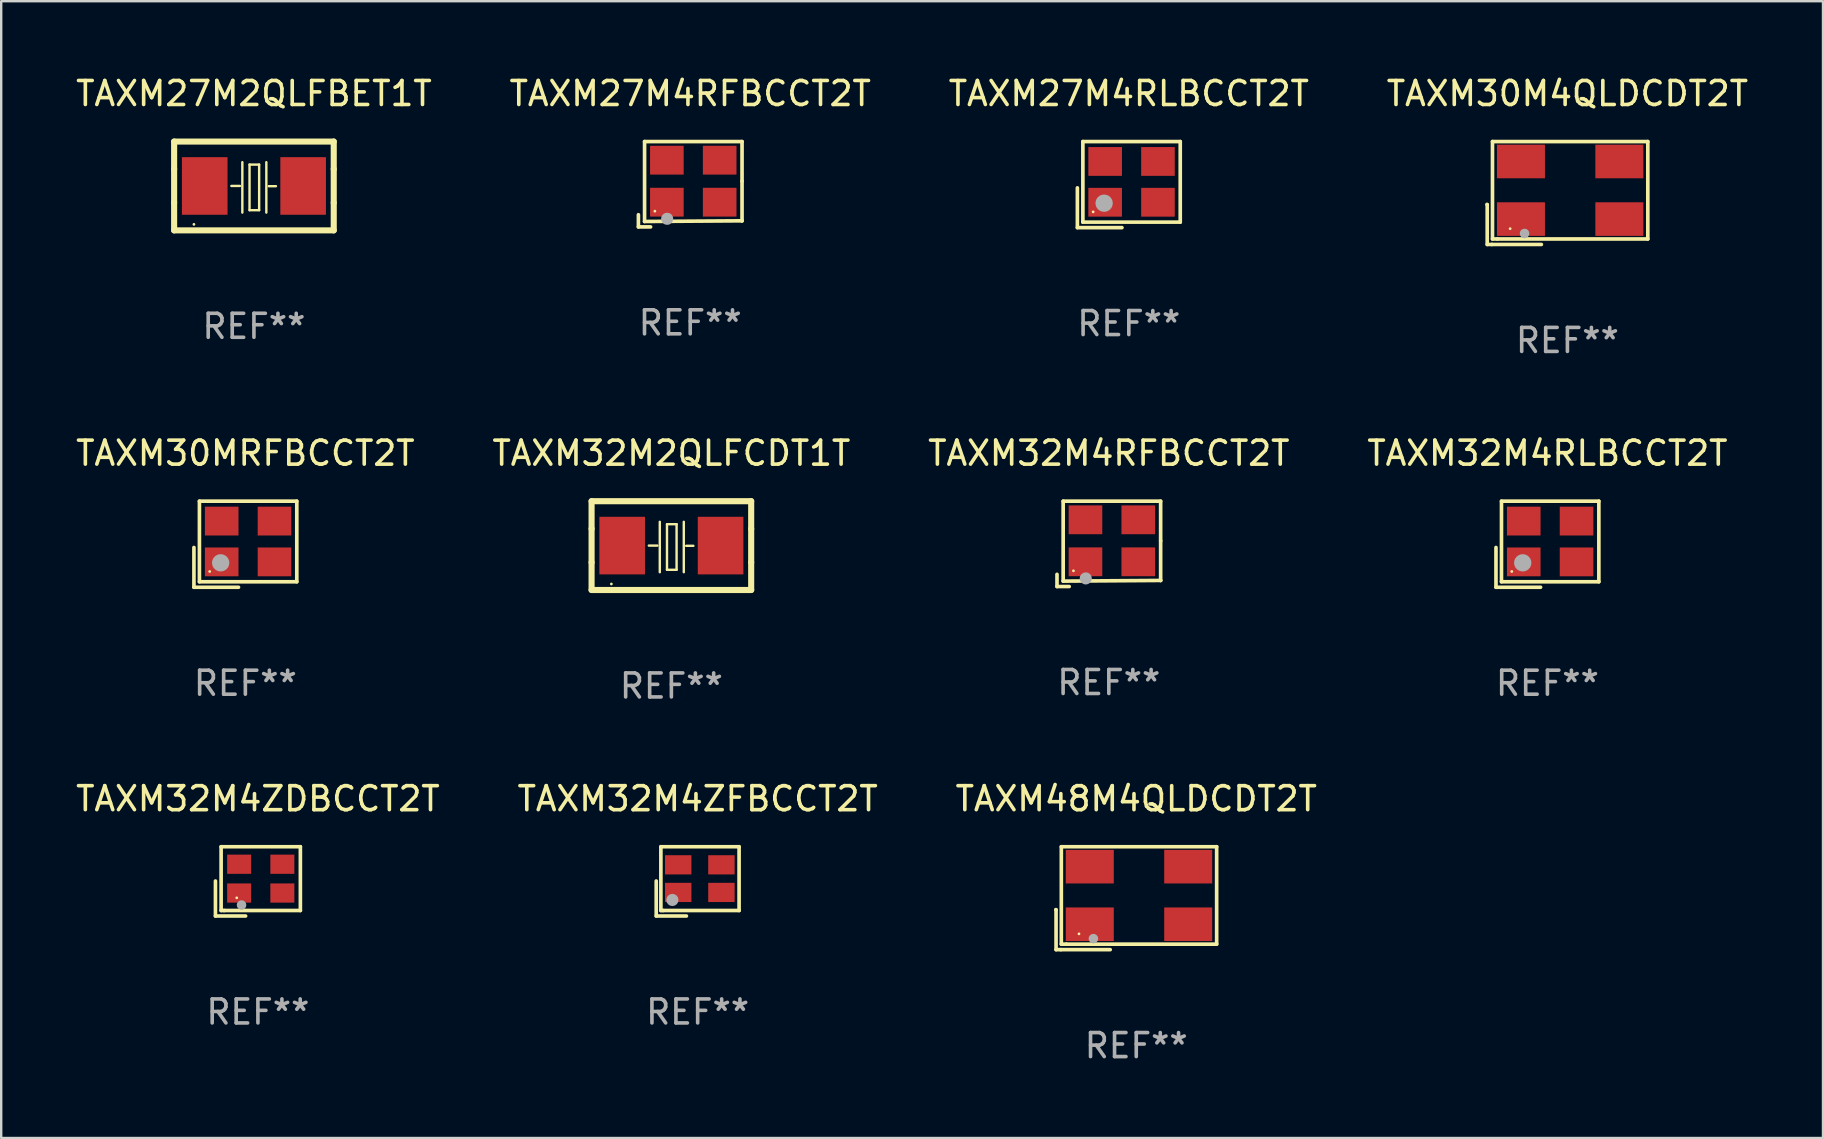
<source format=kicad_pcb>
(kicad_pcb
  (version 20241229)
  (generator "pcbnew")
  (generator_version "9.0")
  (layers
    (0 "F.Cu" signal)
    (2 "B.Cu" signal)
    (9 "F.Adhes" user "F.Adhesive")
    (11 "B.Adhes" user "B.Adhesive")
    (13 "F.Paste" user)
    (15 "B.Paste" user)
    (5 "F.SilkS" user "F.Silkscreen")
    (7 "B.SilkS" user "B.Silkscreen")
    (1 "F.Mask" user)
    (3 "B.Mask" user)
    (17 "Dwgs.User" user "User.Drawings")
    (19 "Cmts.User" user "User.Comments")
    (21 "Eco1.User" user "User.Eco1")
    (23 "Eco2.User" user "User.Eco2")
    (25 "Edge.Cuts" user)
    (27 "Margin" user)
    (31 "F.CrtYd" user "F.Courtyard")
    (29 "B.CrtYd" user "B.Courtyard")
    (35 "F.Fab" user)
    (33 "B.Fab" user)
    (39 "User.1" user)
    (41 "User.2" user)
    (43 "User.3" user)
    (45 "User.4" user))
  (footprint "TAXM32M4RFBCCT2T"
    (layer "F.Cu")
    (at 43.149 19.61)
    (property "Reference" "TAXM32M4RFBCCT2T" (at 0 -3.778 0) (layer "F.SilkS") (effects (font (size 1 1) (thickness 0.15))))
    (attr through_hole)
    (fp_line (start -2.159 1.27) (end -2.159 1.778) (stroke (width 0.152) (type solid)) (layer "F.SilkS"))
    (fp_line (start -2.159 1.778) (end -1.651 1.778) (stroke (width 0.152) (type solid)) (layer "F.SilkS"))
    (fp_line (start -1.902 -1.778) (end 2.159 -1.778) (stroke (width 0.152) (type solid)) (layer "F.SilkS"))
    (fp_line (start -1.902 1.552) (end -1.902 -1.778) (stroke (width 0.152) (type solid)) (layer "F.SilkS"))
    (fp_line (start 2.159 -1.778) (end 2.159 -0.127) (stroke (width 0.152) (type solid)) (layer "F.SilkS"))
    (fp_line (start 2.159 -0.127) (end 2.159 1.524) (stroke (width 0.152) (type solid)) (layer "F.SilkS"))
    (fp_line (start 2.159 1.524) (end -1.902 1.552) (stroke (width 0.152) (type solid)) (layer "F.SilkS"))
    (fp_line (start 2.159 1.524) (end 2.159 1.524) (stroke (width 0.152) (type solid)) (layer "F.SilkS"))
    (fp_circle (center -1.473 1.123) (end -1.443 1.123) (stroke (width 0.06) (type solid)) (fill no) (layer "F.SilkS"))
    (fp_circle (center -0.961 1.44) (end -0.834 1.44) (stroke (width 0.254) (type solid)) (fill no) (layer "F.Fab"))
    (fp_text user "REF**" (at 0 5.778 0) (layer "F.Fab") (effects (font (size 1 1) (thickness 0.15))))
    (pad "1" smd rect (at -0.973 0.748) (size 1.4 1.2) (layers "F.Cu" "F.Mask" "F.Paste"))
    (pad "2" smd rect (at 1.227 0.748) (size 1.4 1.2) (layers "F.Cu" "F.Mask" "F.Paste"))
    (pad "3" smd rect (at 1.227 -1.002) (size 1.4 1.2) (layers "F.Cu" "F.Mask" "F.Paste"))
    (pad "4" smd rect (at -0.973 -1.002) (size 1.4 1.2) (layers "F.Cu" "F.Mask" "F.Paste")))
  (footprint "TAXM27M2QLFBET1T"
    (layer "F.Cu")
    (at 7.53 4.698)
    (property "Reference" "TAXM27M2QLFBET1T" (at 0 -3.85 0) (layer "F.SilkS") (effects (font (size 1 1) (thickness 0.15))))
    (attr through_hole)
    (fp_line (start -3.325 0.7) (end -3.325 -0.7) (stroke (width 0.254) (type solid)) (layer "F.SilkS"))
    (fp_line (start -3.325 -1.85) (end 3.325 -1.85) (stroke (width 0.254) (type solid)) (layer "F.SilkS"))
    (fp_line (start -3.325 -0.7) (end -3.325 -1.85) (stroke (width 0.254) (type solid)) (layer "F.SilkS"))
    (fp_line (start -3.325 1.85) (end -3.325 0.7) (stroke (width 0.254) (type solid)) (layer "F.SilkS"))
    (fp_line (start -0.94 -0.000127) (end -0.584 -0.000127) (stroke (width 0.1) (type solid)) (layer "F.SilkS"))
    (fp_line (start -0.483 -0.991) (end -0.483 1.109) (stroke (width 0.1) (type solid)) (layer "F.SilkS"))
    (fp_line (start -0.183 -0.891) (end -0.183 1.009) (stroke (width 0.1) (type solid)) (layer "F.SilkS"))
    (fp_line (start -0.183 1.009) (end 0.217 1.009) (stroke (width 0.1) (type solid)) (layer "F.SilkS"))
    (fp_line (start 0.217 -0.891) (end -0.183 -0.891) (stroke (width 0.1) (type solid)) (layer "F.SilkS"))
    (fp_line (start 0.217 1.009) (end 0.217 -0.891) (stroke (width 0.1) (type solid)) (layer "F.SilkS"))
    (fp_line (start 0.517 -0.991) (end 0.517 1.109) (stroke (width 0.1) (type solid)) (layer "F.SilkS"))
    (fp_line (start 0.617 0.009) (end 0.917 0.009) (stroke (width 0.1) (type solid)) (layer "F.SilkS"))
    (fp_line (start 3.325 -1.85) (end 3.325 -0.7) (stroke (width 0.254) (type solid)) (layer "F.SilkS"))
    (fp_line (start 3.325 0.7) (end 3.325 1.85) (stroke (width 0.254) (type solid)) (layer "F.SilkS"))
    (fp_line (start 3.325 1.85) (end -3.325 1.85) (stroke (width 0.254) (type solid)) (layer "F.SilkS"))
    (fp_line (start 3.325 -0.7) (end 3.325 0.7) (stroke (width 0.254) (type solid)) (layer "F.SilkS"))
    (fp_circle (center -2.5 1.6) (end -2.47 1.6) (stroke (width 0.06) (type solid)) (fill no) (layer "F.SilkS"))
    (fp_text user "REF**" (at 0 5.85 0) (layer "F.Fab") (effects (font (size 1 1) (thickness 0.15))))
    (pad "1" smd rect (at -2.05 -0.000127) (size 1.9 2.4) (layers "F.Cu" "F.Mask" "F.Paste"))
    (pad "2" smd rect (at 2.05 -0.000127) (size 1.9 2.4) (layers "F.Cu" "F.Mask" "F.Paste")))
  (footprint "TAXM32M4ZFBCCT2T"
    (layer "F.Cu")
    (at 26.018 33.672)
    (property "Reference" "TAXM32M4ZFBCCT2T" (at 0 -3.443 0) (layer "F.SilkS") (effects (font (size 1 1) (thickness 0.15))))
    (attr through_hole)
    (fp_line (start -1.726 -0.015) (end -1.726 1.443) (stroke (width 0.152) (type solid)) (layer "F.SilkS"))
    (fp_line (start -1.726 1.443) (end -0.469 1.443) (stroke (width 0.152) (type solid)) (layer "F.SilkS"))
    (fp_line (start -1.533 -1.443) (end 1.726 -1.443) (stroke (width 0.152) (type solid)) (layer "F.SilkS"))
    (fp_line (start -1.533 1.214) (end -1.533 -1.443) (stroke (width 0.152) (type solid)) (layer "F.SilkS"))
    (fp_line (start -1.439 1.214) (end -1.533 1.214) (stroke (width 0.152) (type solid)) (layer "F.SilkS"))
    (fp_line (start 1.726 -1.443) (end 1.726 1.214) (stroke (width 0.152) (type solid)) (layer "F.SilkS"))
    (fp_line (start 1.726 1.214) (end -1.439 1.214) (stroke (width 0.152) (type solid)) (layer "F.SilkS"))
    (fp_circle (center -0.91 0.686) (end -0.88 0.686) (stroke (width 0.06) (type solid)) (fill no) (layer "F.SilkS"))
    (fp_circle (center -1.053 0.775) (end -0.926 0.775) (stroke (width 0.254) (type solid)) (fill no) (layer "F.Fab"))
    (fp_text user "REF**" (at 0 5.443 0) (layer "F.Fab") (effects (font (size 1 1) (thickness 0.15))))
    (pad "1" smd rect (at -0.81 0.461) (size 1.1 0.8) (layers "F.Cu" "F.Mask" "F.Paste"))
    (pad "2" smd rect (at 0.99 0.461) (size 1.1 0.8) (layers "F.Cu" "F.Mask" "F.Paste"))
    (pad "3" smd rect (at 0.99 -0.689) (size 1.1 0.8) (layers "F.Cu" "F.Mask" "F.Paste"))
    (pad "4" smd rect (at -0.81 -0.689) (size 1.1 0.8) (layers "F.Cu" "F.Mask" "F.Paste")))
  (footprint "TAXM32M2QLFCDT1T"
    (layer "F.Cu")
    (at 24.923 19.682)
    (property "Reference" "TAXM32M2QLFCDT1T" (at 0 -3.85 0) (layer "F.SilkS") (effects (font (size 1 1) (thickness 0.15))))
    (attr through_hole)
    (fp_line (start -3.325 0.7) (end -3.325 -0.7) (stroke (width 0.254) (type solid)) (layer "F.SilkS"))
    (fp_line (start -3.325 -1.85) (end 3.325 -1.85) (stroke (width 0.254) (type solid)) (layer "F.SilkS"))
    (fp_line (start -3.325 -0.7) (end -3.325 -1.85) (stroke (width 0.254) (type solid)) (layer "F.SilkS"))
    (fp_line (start -3.325 1.85) (end -3.325 0.7) (stroke (width 0.254) (type solid)) (layer "F.SilkS"))
    (fp_line (start -0.94 -0.000127) (end -0.584 -0.000127) (stroke (width 0.1) (type solid)) (layer "F.SilkS"))
    (fp_line (start -0.483 -0.991) (end -0.483 1.109) (stroke (width 0.1) (type solid)) (layer "F.SilkS"))
    (fp_line (start -0.183 -0.891) (end -0.183 1.009) (stroke (width 0.1) (type solid)) (layer "F.SilkS"))
    (fp_line (start -0.183 1.009) (end 0.217 1.009) (stroke (width 0.1) (type solid)) (layer "F.SilkS"))
    (fp_line (start 0.217 -0.891) (end -0.183 -0.891) (stroke (width 0.1) (type solid)) (layer "F.SilkS"))
    (fp_line (start 0.217 1.009) (end 0.217 -0.891) (stroke (width 0.1) (type solid)) (layer "F.SilkS"))
    (fp_line (start 0.517 -0.991) (end 0.517 1.109) (stroke (width 0.1) (type solid)) (layer "F.SilkS"))
    (fp_line (start 0.617 0.009) (end 0.917 0.009) (stroke (width 0.1) (type solid)) (layer "F.SilkS"))
    (fp_line (start 3.325 -1.85) (end 3.325 -0.7) (stroke (width 0.254) (type solid)) (layer "F.SilkS"))
    (fp_line (start 3.325 0.7) (end 3.325 1.85) (stroke (width 0.254) (type solid)) (layer "F.SilkS"))
    (fp_line (start 3.325 1.85) (end -3.325 1.85) (stroke (width 0.254) (type solid)) (layer "F.SilkS"))
    (fp_line (start 3.325 -0.7) (end 3.325 0.7) (stroke (width 0.254) (type solid)) (layer "F.SilkS"))
    (fp_circle (center -2.5 1.6) (end -2.47 1.6) (stroke (width 0.06) (type solid)) (fill no) (layer "F.SilkS"))
    (fp_text user "REF**" (at 0 5.85 0) (layer "F.Fab") (effects (font (size 1 1) (thickness 0.15))))
    (pad "1" smd rect (at -2.05 -0.000203) (size 1.9 2.4) (layers "F.Cu" "F.Mask" "F.Paste"))
    (pad "2" smd rect (at 2.05 -0.000203) (size 1.9 2.4) (layers "F.Cu" "F.Mask" "F.Paste")))
  (footprint "TAXM30M4QLDCDT2T"
    (layer "F.Cu")
    (at 62.256 4.992)
    (property "Reference" "TAXM30M4QLDCDT2T" (at 0 -4.144 0) (layer "F.SilkS") (effects (font (size 1 1) (thickness 0.15))))
    (attr through_hole)
    (fp_line (start -3.35 0.476) (end -3.341 0.485) (stroke (width 0.152) (type solid)) (layer "F.SilkS"))
    (fp_line (start -3.341 0.485) (end -3.341 2.144) (stroke (width 0.152) (type solid)) (layer "F.SilkS"))
    (fp_line (start -3.341 2.144) (end -3.143 2.144) (stroke (width 0.152) (type solid)) (layer "F.SilkS"))
    (fp_line (start -3.143 2.144) (end -1.085 2.144) (stroke (width 0.152) (type solid)) (layer "F.SilkS"))
    (fp_line (start -3.122 -2.144) (end 3.35 -2.144) (stroke (width 0.152) (type solid)) (layer "F.SilkS"))
    (fp_line (start -3.122 1.915) (end -3.122 -2.144) (stroke (width 0.152) (type solid)) (layer "F.SilkS"))
    (fp_line (start -2.914 1.915) (end -3.122 1.915) (stroke (width 0.152) (type solid)) (layer "F.SilkS"))
    (fp_line (start 3.35 -2.144) (end 3.35 1.915) (stroke (width 0.152) (type solid)) (layer "F.SilkS"))
    (fp_line (start 3.35 1.915) (end -2.914 1.915) (stroke (width 0.152) (type solid)) (layer "F.SilkS"))
    (fp_circle (center -2.386 1.486) (end -2.356 1.486) (stroke (width 0.06) (type solid)) (fill no) (layer "F.SilkS"))
    (fp_circle (center -1.786 1.686) (end -1.686 1.686) (stroke (width 0.2) (type solid)) (fill no) (layer "F.Fab"))
    (fp_text user "REF**" (at 0 6.144 0) (layer "F.Fab") (effects (font (size 1 1) (thickness 0.15))))
    (pad "1" smd rect (at -1.936 1.086) (size 2 1.4) (layers "F.Cu" "F.Mask" "F.Paste"))
    (pad "2" smd rect (at 2.164 1.086) (size 2 1.4) (layers "F.Cu" "F.Mask" "F.Paste"))
    (pad "3" smd rect (at 2.164 -1.314) (size 2 1.4) (layers "F.Cu" "F.Mask" "F.Paste"))
    (pad "4" smd rect (at -1.936 -1.314) (size 2 1.4) (layers "F.Cu" "F.Mask" "F.Paste")))
  (footprint "TAXM30MRFBCCT2T"
    (layer "F.Cu")
    (at 7.173 19.625)
    (property "Reference" "TAXM30MRFBCCT2T" (at 0 -3.793 0) (layer "F.SilkS") (effects (font (size 1 1) (thickness 0.15))))
    (attr through_hole)
    (fp_line (start -2.143 0.136) (end -2.143 1.793) (stroke (width 0.152) (type solid)) (layer "F.SilkS"))
    (fp_line (start -2.143 1.793) (end -0.286 1.793) (stroke (width 0.152) (type solid)) (layer "F.SilkS"))
    (fp_line (start -1.914 -1.793) (end 2.143 -1.793) (stroke (width 0.152) (type solid)) (layer "F.SilkS"))
    (fp_line (start -1.914 1.564) (end -1.914 -1.793) (stroke (width 0.152) (type solid)) (layer "F.SilkS"))
    (fp_line (start 2.143 -1.793) (end 2.143 1.564) (stroke (width 0.152) (type solid)) (layer "F.SilkS"))
    (fp_line (start 2.143 1.564) (end -1.914 1.564) (stroke (width 0.152) (type solid)) (layer "F.SilkS"))
    (fp_circle (center -1.486 1.136) (end -1.456 1.136) (stroke (width 0.06) (type solid)) (fill no) (layer "F.SilkS"))
    (fp_circle (center -1.029 0.775) (end -0.849 0.775) (stroke (width 0.36) (type solid)) (fill no) (layer "F.Fab"))
    (fp_text user "REF**" (at 0 5.793 0) (layer "F.Fab") (effects (font (size 1 1) (thickness 0.15))))
    (pad "1" smd rect (at -0.986 0.736) (size 1.4 1.2) (layers "F.Cu" "F.Mask" "F.Paste"))
    (pad "2" smd rect (at 1.214 0.736) (size 1.4 1.2) (layers "F.Cu" "F.Mask" "F.Paste"))
    (pad "3" smd rect (at 1.214 -0.964) (size 1.4 1.2) (layers "F.Cu" "F.Mask" "F.Paste"))
    (pad "4" smd rect (at -0.986 -0.964) (size 1.4 1.2) (layers "F.Cu" "F.Mask" "F.Paste")))
  (footprint "TAXM32M4ZDBCCT2T"
    (layer "F.Cu")
    (at 7.696 33.672)
    (property "Reference" "TAXM32M4ZDBCCT2T" (at 0 -3.443 0) (layer "F.SilkS") (effects (font (size 1 1) (thickness 0.15))))
    (attr through_hole)
    (fp_line (start -1.769 -0.014) (end -1.769 1.443) (stroke (width 0.152) (type solid)) (layer "F.SilkS"))
    (fp_line (start -1.769 1.443) (end -0.512 1.443) (stroke (width 0.152) (type solid)) (layer "F.SilkS"))
    (fp_line (start -1.533 -1.443) (end 1.769 -1.443) (stroke (width 0.152) (type solid)) (layer "F.SilkS"))
    (fp_line (start -1.533 1.214) (end -1.533 -1.443) (stroke (width 0.152) (type solid)) (layer "F.SilkS"))
    (fp_line (start -1.411 1.214) (end -1.533 1.214) (stroke (width 0.152) (type solid)) (layer "F.SilkS"))
    (fp_line (start 1.769 -1.443) (end 1.769 1.214) (stroke (width 0.152) (type solid)) (layer "F.SilkS"))
    (fp_line (start 1.769 1.214) (end -1.411 1.214) (stroke (width 0.152) (type solid)) (layer "F.SilkS"))
    (fp_circle (center -0.882 0.686) (end -0.852 0.686) (stroke (width 0.06) (type solid)) (fill no) (layer "F.SilkS"))
    (fp_circle (center -0.682 0.986) (end -0.582 0.986) (stroke (width 0.2) (type solid)) (fill no) (layer "F.Fab"))
    (fp_text user "REF**" (at 0 5.443 0) (layer "F.Fab") (effects (font (size 1 1) (thickness 0.15))))
    (pad "1" smd rect (at -0.782 0.486 90) (size 0.8 1) (layers "F.Cu" "F.Mask" "F.Paste"))
    (pad "2" smd rect (at 1.018 0.486 90) (size 0.8 1) (layers "F.Cu" "F.Mask" "F.Paste"))
    (pad "3" smd rect (at 1.018 -0.714 90) (size 0.8 1) (layers "F.Cu" "F.Mask" "F.Paste"))
    (pad "4" smd rect (at -0.782 -0.714 90) (size 0.8 1) (layers "F.Cu" "F.Mask" "F.Paste")))
  (footprint "TAXM48M4QLDCDT2T"
    (layer "F.Cu")
    (at 44.292 34.373)
    (property "Reference" "TAXM48M4QLDCDT2T" (at 0 -4.144 0) (layer "F.SilkS") (effects (font (size 1 1) (thickness 0.15))))
    (attr through_hole)
    (fp_line (start -3.35 0.476) (end -3.341 0.485) (stroke (width 0.152) (type solid)) (layer "F.SilkS"))
    (fp_line (start -3.341 0.485) (end -3.341 2.144) (stroke (width 0.152) (type solid)) (layer "F.SilkS"))
    (fp_line (start -3.341 2.144) (end -3.143 2.144) (stroke (width 0.152) (type solid)) (layer "F.SilkS"))
    (fp_line (start -3.143 2.144) (end -1.085 2.144) (stroke (width 0.152) (type solid)) (layer "F.SilkS"))
    (fp_line (start -3.122 -2.144) (end 3.35 -2.144) (stroke (width 0.152) (type solid)) (layer "F.SilkS"))
    (fp_line (start -3.122 1.915) (end -3.122 -2.144) (stroke (width 0.152) (type solid)) (layer "F.SilkS"))
    (fp_line (start -2.914 1.915) (end -3.122 1.915) (stroke (width 0.152) (type solid)) (layer "F.SilkS"))
    (fp_line (start 3.35 -2.144) (end 3.35 1.915) (stroke (width 0.152) (type solid)) (layer "F.SilkS"))
    (fp_line (start 3.35 1.915) (end -2.914 1.915) (stroke (width 0.152) (type solid)) (layer "F.SilkS"))
    (fp_circle (center -2.386 1.486) (end -2.356 1.486) (stroke (width 0.06) (type solid)) (fill no) (layer "F.SilkS"))
    (fp_circle (center -1.786 1.686) (end -1.686 1.686) (stroke (width 0.2) (type solid)) (fill no) (layer "F.Fab"))
    (fp_text user "REF**" (at 0 6.144 0) (layer "F.Fab") (effects (font (size 1 1) (thickness 0.15))))
    (pad "1" smd rect (at -1.936 1.086) (size 2 1.4) (layers "F.Cu" "F.Mask" "F.Paste"))
    (pad "2" smd rect (at 2.164 1.086) (size 2 1.4) (layers "F.Cu" "F.Mask" "F.Paste"))
    (pad "3" smd rect (at 2.164 -1.314) (size 2 1.4) (layers "F.Cu" "F.Mask" "F.Paste"))
    (pad "4" smd rect (at -1.936 -1.314) (size 2 1.4) (layers "F.Cu" "F.Mask" "F.Paste")))
  (footprint "TAXM32M4RLBCCT2T"
    (layer "F.Cu")
    (at 61.423 19.625)
    (property "Reference" "TAXM32M4RLBCCT2T" (at 0 -3.793 0) (layer "F.SilkS") (effects (font (size 1 1) (thickness 0.15))))
    (attr through_hole)
    (fp_line (start -2.143 0.136) (end -2.143 1.793) (stroke (width 0.152) (type solid)) (layer "F.SilkS"))
    (fp_line (start -2.143 1.793) (end -0.286 1.793) (stroke (width 0.152) (type solid)) (layer "F.SilkS"))
    (fp_line (start -1.914 -1.793) (end 2.143 -1.793) (stroke (width 0.152) (type solid)) (layer "F.SilkS"))
    (fp_line (start -1.914 1.564) (end -1.914 -1.793) (stroke (width 0.152) (type solid)) (layer "F.SilkS"))
    (fp_line (start 2.143 -1.793) (end 2.143 1.564) (stroke (width 0.152) (type solid)) (layer "F.SilkS"))
    (fp_line (start 2.143 1.564) (end -1.914 1.564) (stroke (width 0.152) (type solid)) (layer "F.SilkS"))
    (fp_circle (center -1.486 1.136) (end -1.456 1.136) (stroke (width 0.06) (type solid)) (fill no) (layer "F.SilkS"))
    (fp_circle (center -1.029 0.775) (end -0.849 0.775) (stroke (width 0.36) (type solid)) (fill no) (layer "F.Fab"))
    (fp_text user "REF**" (at 0 5.793 0) (layer "F.Fab") (effects (font (size 1 1) (thickness 0.15))))
    (pad "1" smd rect (at -0.986 0.736) (size 1.4 1.2) (layers "F.Cu" "F.Mask" "F.Paste"))
    (pad "2" smd rect (at 1.214 0.736) (size 1.4 1.2) (layers "F.Cu" "F.Mask" "F.Paste"))
    (pad "3" smd rect (at 1.214 -0.964) (size 1.4 1.2) (layers "F.Cu" "F.Mask" "F.Paste"))
    (pad "4" smd rect (at -0.986 -0.964) (size 1.4 1.2) (layers "F.Cu" "F.Mask" "F.Paste")))
  (footprint "TAXM27M4RFBCCT2T"
    (layer "F.Cu")
    (at 25.708 4.626)
    (property "Reference" "TAXM27M4RFBCCT2T" (at 0 -3.778 0) (layer "F.SilkS") (effects (font (size 1 1) (thickness 0.15))))
    (attr through_hole)
    (fp_line (start -2.159 1.27) (end -2.159 1.778) (stroke (width 0.152) (type solid)) (layer "F.SilkS"))
    (fp_line (start -2.159 1.778) (end -1.651 1.778) (stroke (width 0.152) (type solid)) (layer "F.SilkS"))
    (fp_line (start -1.902 -1.778) (end 2.159 -1.778) (stroke (width 0.152) (type solid)) (layer "F.SilkS"))
    (fp_line (start -1.902 1.552) (end -1.902 -1.778) (stroke (width 0.152) (type solid)) (layer "F.SilkS"))
    (fp_line (start 2.159 -1.778) (end 2.159 -0.127) (stroke (width 0.152) (type solid)) (layer "F.SilkS"))
    (fp_line (start 2.159 -0.127) (end 2.159 1.524) (stroke (width 0.152) (type solid)) (layer "F.SilkS"))
    (fp_line (start 2.159 1.524) (end -1.902 1.552) (stroke (width 0.152) (type solid)) (layer "F.SilkS"))
    (fp_line (start 2.159 1.524) (end 2.159 1.524) (stroke (width 0.152) (type solid)) (layer "F.SilkS"))
    (fp_circle (center -1.473 1.123) (end -1.443 1.123) (stroke (width 0.06) (type solid)) (fill no) (layer "F.SilkS"))
    (fp_circle (center -0.961 1.44) (end -0.834 1.44) (stroke (width 0.254) (type solid)) (fill no) (layer "F.Fab"))
    (fp_text user "REF**" (at 0 5.778 0) (layer "F.Fab") (effects (font (size 1 1) (thickness 0.15))))
    (pad "1" smd rect (at -0.973 0.748) (size 1.4 1.2) (layers "F.Cu" "F.Mask" "F.Paste"))
    (pad "2" smd rect (at 1.227 0.748) (size 1.4 1.2) (layers "F.Cu" "F.Mask" "F.Paste"))
    (pad "3" smd rect (at 1.227 -1.002) (size 1.4 1.2) (layers "F.Cu" "F.Mask" "F.Paste"))
    (pad "4" smd rect (at -0.973 -1.002) (size 1.4 1.2) (layers "F.Cu" "F.Mask" "F.Paste")))
  (footprint "TAXM27M4RLBCCT2T"
    (layer "F.Cu")
    (at 43.982 4.641)
    (property "Reference" "TAXM27M4RLBCCT2T" (at 0 -3.793 0) (layer "F.SilkS") (effects (font (size 1 1) (thickness 0.15))))
    (attr through_hole)
    (fp_line (start -2.143 0.136) (end -2.143 1.793) (stroke (width 0.152) (type solid)) (layer "F.SilkS"))
    (fp_line (start -2.143 1.793) (end -0.286 1.793) (stroke (width 0.152) (type solid)) (layer "F.SilkS"))
    (fp_line (start -1.914 -1.793) (end 2.143 -1.793) (stroke (width 0.152) (type solid)) (layer "F.SilkS"))
    (fp_line (start -1.914 1.564) (end -1.914 -1.793) (stroke (width 0.152) (type solid)) (layer "F.SilkS"))
    (fp_line (start 2.143 -1.793) (end 2.143 1.564) (stroke (width 0.152) (type solid)) (layer "F.SilkS"))
    (fp_line (start 2.143 1.564) (end -1.914 1.564) (stroke (width 0.152) (type solid)) (layer "F.SilkS"))
    (fp_circle (center -1.486 1.136) (end -1.456 1.136) (stroke (width 0.06) (type solid)) (fill no) (layer "F.SilkS"))
    (fp_circle (center -1.029 0.775) (end -0.849 0.775) (stroke (width 0.36) (type solid)) (fill no) (layer "F.Fab"))
    (fp_text user "REF**" (at 0 5.793 0) (layer "F.Fab") (effects (font (size 1 1) (thickness 0.15))))
    (pad "1" smd rect (at -0.986 0.736) (size 1.4 1.2) (layers "F.Cu" "F.Mask" "F.Paste"))
    (pad "2" smd rect (at 1.214 0.736) (size 1.4 1.2) (layers "F.Cu" "F.Mask" "F.Paste"))
    (pad "3" smd rect (at 1.214 -0.964) (size 1.4 1.2) (layers "F.Cu" "F.Mask" "F.Paste"))
    (pad "4" smd rect (at -0.986 -0.964) (size 1.4 1.2) (layers "F.Cu" "F.Mask" "F.Paste")))
  (gr_rect
    (start -3 -3)
    (end 72.905 44.365)
    (stroke (width 0.1) (type default))
    (fill no)
    (layer "Edge.Cuts")))
</source>
